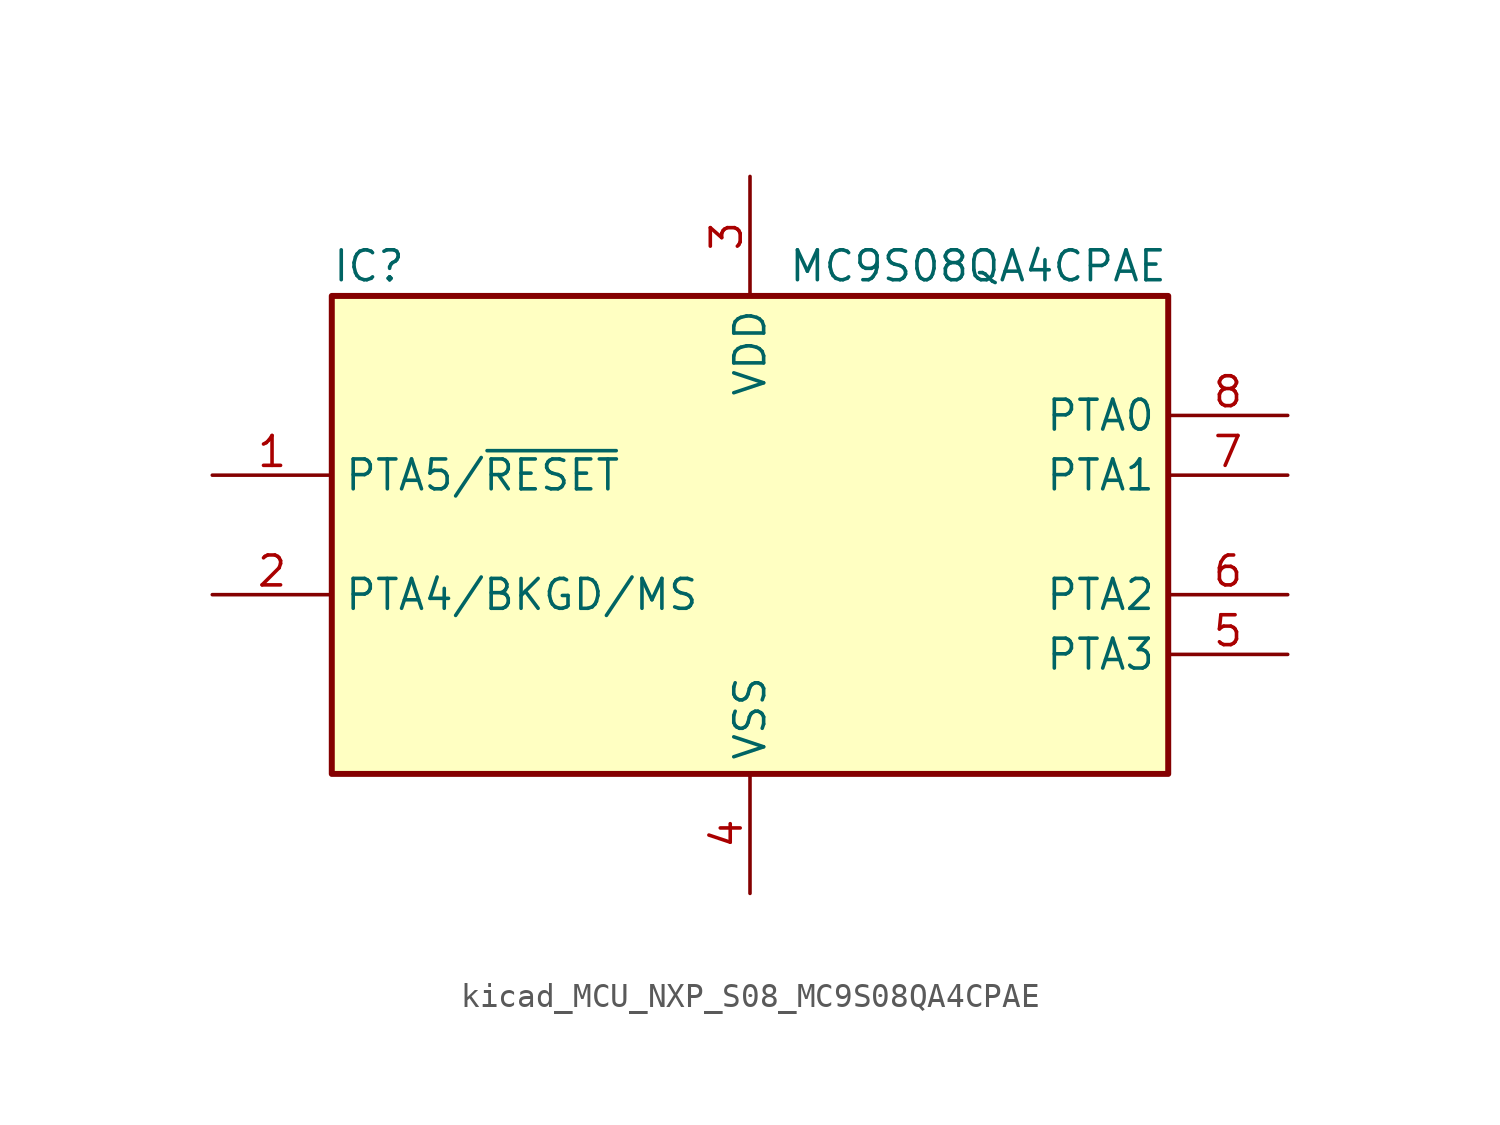
<source format=kicad_sym>
(kicad_symbol_lib
  (version 20220914)
  (generator kicad_symbol_editor)
  (symbol "kicad_MCU_NXP_S08_MC9S08QA4CPAE"
    (property "Reference" "IC"
      (at -17.78 11.43 0)
      (effects (font (size 1.27 1.27)) (justify left)))
    (property "Value" "MC9S08QA4CPAE"
      (at 17.78 11.43 0)
      (effects (font (size 1.27 1.27)) (justify right)))
    (symbol "kicad_MCU_NXP_S08_MC9S08QA4CPAE_0_1"
      (rectangle (start -17.78 10.16) (end 17.78 -10.16) (stroke (width 0.254) (type default)) (fill (type background))))
    (symbol "kicad_MCU_NXP_S08_MC9S08QA4CPAE_1_1"
      (pin bidirectional line (at -22.86 2.54 0) (length 5.08) (name "PTA5/~{RESET}" (effects (font (size 1.27 1.27)))) (number "1" (effects (font (size 1.27 1.27)))))
      (pin bidirectional line (at -22.86 -2.54 0) (length 5.08) (name "PTA4/BKGD/MS" (effects (font (size 1.27 1.27)))) (number "2" (effects (font (size 1.27 1.27)))))
      (pin power_in line (at 0 15.24 270) (length 5.08) (name "VDD" (effects (font (size 1.27 1.27)))) (number "3" (effects (font (size 1.27 1.27)))))
      (pin power_in line (at 0 -15.24 90) (length 5.08) (name "VSS" (effects (font (size 1.27 1.27)))) (number "4" (effects (font (size 1.27 1.27)))))
      (pin bidirectional line (at 22.86 -5.08 180) (length 5.08) (name "PTA3" (effects (font (size 1.27 1.27)))) (number "5" (effects (font (size 1.27 1.27)))))
      (pin bidirectional line (at 22.86 -2.54 180) (length 5.08) (name "PTA2" (effects (font (size 1.27 1.27)))) (number "6" (effects (font (size 1.27 1.27)))))
      (pin bidirectional line (at 22.86 2.54 180) (length 5.08) (name "PTA1" (effects (font (size 1.27 1.27)))) (number "7" (effects (font (size 1.27 1.27)))))
      (pin bidirectional line (at 22.86 5.08 180) (length 5.08) (name "PTA0" (effects (font (size 1.27 1.27)))) (number "8" (effects (font (size 1.27 1.27))))))))
</source>
